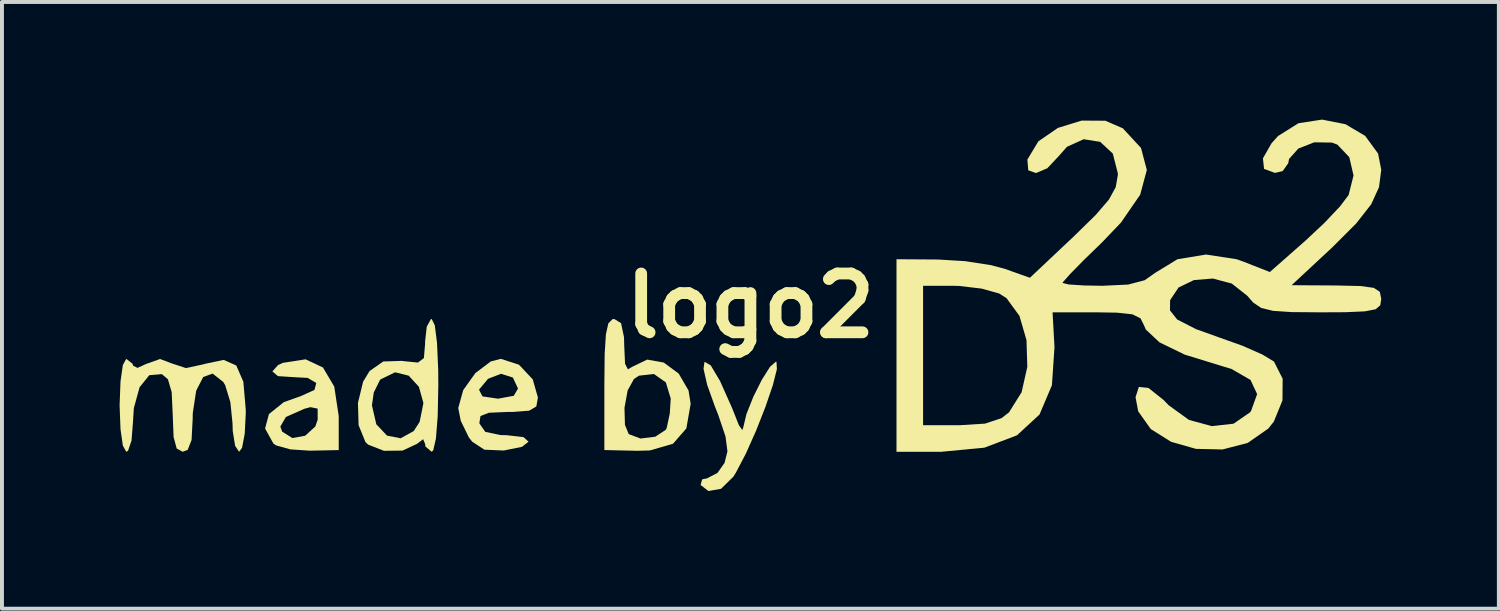
<source format=kicad_pcb>
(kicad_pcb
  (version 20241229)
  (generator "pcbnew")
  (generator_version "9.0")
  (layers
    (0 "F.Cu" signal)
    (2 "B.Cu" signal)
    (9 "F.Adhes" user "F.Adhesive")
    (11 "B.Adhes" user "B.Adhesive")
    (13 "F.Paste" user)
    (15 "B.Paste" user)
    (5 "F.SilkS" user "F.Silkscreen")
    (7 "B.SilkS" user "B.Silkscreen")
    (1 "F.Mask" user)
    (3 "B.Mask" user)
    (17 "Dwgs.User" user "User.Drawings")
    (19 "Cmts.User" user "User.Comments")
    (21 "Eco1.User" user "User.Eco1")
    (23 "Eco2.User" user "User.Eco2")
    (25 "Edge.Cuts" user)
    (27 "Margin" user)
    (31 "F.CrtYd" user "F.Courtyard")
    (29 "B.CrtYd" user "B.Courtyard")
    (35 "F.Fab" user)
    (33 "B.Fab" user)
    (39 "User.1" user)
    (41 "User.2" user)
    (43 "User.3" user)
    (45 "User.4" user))
  (footprint "logo2"
    (layer "F.Cu")
    (at 16.087 4.746)
    (property "Reference" "logo2" (at 0 0 0) (layer "F.SilkS") (effects (font (size 1.5 1.5) (thickness 0.3))))
    (attr board_only exclude_from_pos_files exclude_from_bom)
    (fp_poly (pts (xy 0.665 1.432) (xy 0.675 1.619) (xy 0.571 2.029) (xy 0.383 2.58) (xy 0.143 3.19) (xy -0.118 3.775) (xy -0.369 4.254) (xy -0.434 4.359) (xy -0.749 4.669) (xy -1.071 4.726) (xy -1.27 4.572) (xy -1.231 4.428) (xy -1.107 4.403) (xy -0.84 4.264) (xy -0.66 4.009) (xy -0.586 3.714) (xy -0.635 3.336) (xy -0.822 2.781) (xy -0.905 2.572) (xy -1.103 2.018) (xy -1.196 1.608) (xy -1.171 1.431) (xy -1.013 1.52) (xy -0.774 1.922) (xy -0.463 2.62) (xy -0.294 3.048) (xy -0.206 3.171) (xy -0.183 3.104) (xy -0.102 2.765) (xy 0.072 2.327) (xy 0.289 1.892) (xy 0.499 1.559) (xy 0.649 1.427)) (stroke (width 0) (type solid)) (fill yes) (layer "F.SilkS"))
    (fp_poly (pts (xy -10.901 1.576) (xy -10.613 2.062) (xy -10.5 2.808) (xy -10.499 2.895) (xy -10.499 3.682) (xy -11.234 3.697) (xy -11.732 3.664) (xy -12.097 3.562) (xy -12.165 3.515) (xy -12.377 3.132) (xy -12.364 3.083) (xy -11.988 3.083) (xy -11.941 3.212) (xy -11.682 3.375) (xy -11.355 3.316) (xy -11.096 3.081) (xy -11.035 2.905) (xy -11.037 2.624) (xy -11.221 2.587) (xy -11.374 2.628) (xy -11.847 2.838) (xy -11.988 3.083) (xy -12.364 3.083) (xy -12.279 2.764) (xy -11.899 2.459) (xy -11.46 2.303) (xy -11.118 2.148) (xy -11.071 1.971) (xy -11.291 1.841) (xy -11.66 1.821) (xy -12.049 1.796) (xy -12.191 1.676) (xy -12.047 1.514) (xy -11.924 1.457) (xy -11.345 1.367)) (stroke (width 0) (type solid)) (fill yes) (layer "F.SilkS"))
    (fp_poly (pts (xy -5.902 1.505) (xy -5.551 1.879) (xy -5.419 2.342) (xy -5.46 2.569) (xy -5.642 2.677) (xy -6.053 2.709) (xy -6.193 2.709) (xy -6.67 2.73) (xy -6.884 2.813) (xy -6.912 2.989) (xy -6.909 3.006) (xy -6.761 3.217) (xy -6.382 3.298) (xy -6.219 3.302) (xy -5.785 3.352) (xy -5.658 3.468) (xy -5.825 3.598) (xy -6.276 3.69) (xy -6.305 3.692) (xy -6.784 3.672) (xy -7.093 3.47) (xy -7.181 3.358) (xy -7.387 2.935) (xy -7.451 2.61) (xy -7.325 2.154) (xy -7.316 2.141) (xy -6.922 2.141) (xy -6.833 2.313) (xy -6.435 2.371) (xy -6.035 2.297) (xy -5.927 2.111) (xy -6.058 1.832) (xy -6.361 1.736) (xy -6.691 1.864) (xy -6.922 2.141) (xy -7.316 2.141) (xy -7.015 1.719) (xy -6.621 1.421) (xy -6.364 1.355)) (stroke (width 0) (type solid)) (fill yes) (layer "F.SilkS"))
    (fp_poly (pts (xy -3.299 0.445) (xy -3.224 0.802) (xy -3.217 1.05) (xy -3.197 1.482) (xy -3.124 1.623) (xy -3.014 1.558) (xy -2.633 1.374) (xy -2.21 1.45) (xy -1.829 1.731) (xy -1.578 2.163) (xy -1.524 2.502) (xy -1.634 3.13) (xy -1.974 3.52) (xy -2.564 3.691) (xy -2.886 3.7) (xy -3.725 3.681) (xy -3.725 2.605) (xy -3.212 2.605) (xy -3.2 3.038) (xy -3.104 3.274) (xy -2.803 3.387) (xy -2.427 3.341) (xy -2.158 3.164) (xy -2.135 3.119) (xy -2.057 2.752) (xy -2.032 2.368) (xy -2.157 1.955) (xy -2.462 1.741) (xy -2.841 1.784) (xy -2.971 1.869) (xy -3.131 2.161) (xy -3.212 2.605) (xy -3.725 2.605) (xy -3.725 2.01) (xy -3.717 1.226) (xy -3.685 0.725) (xy -3.623 0.45) (xy -3.52 0.345) (xy -3.471 0.339)) (stroke (width 0) (type solid)) (fill yes) (layer "F.SilkS"))
    (fp_poly (pts (xy -8.049 0.5) (xy -7.992 0.95) (xy -7.962 1.641) (xy -7.959 2.032) (xy -7.975 2.819) (xy -8.02 3.387) (xy -8.089 3.689) (xy -8.128 3.725) (xy -8.287 3.592) (xy -8.297 3.522) (xy -8.347 3.404) (xy -8.501 3.522) (xy -8.872 3.695) (xy -9.347 3.7) (xy -9.747 3.544) (xy -9.818 3.476) (xy -9.992 3.047) (xy -10.007 2.54) (xy -9.652 2.54) (xy -9.541 3.023) (xy -9.268 3.313) (xy -8.92 3.381) (xy -8.586 3.196) (xy -8.436 2.963) (xy -8.339 2.484) (xy -8.454 2.068) (xy -8.715 1.784) (xy -9.061 1.698) (xy -9.428 1.876) (xy -9.449 1.897) (xy -9.605 2.213) (xy -9.652 2.54) (xy -10.007 2.54) (xy -10.009 2.481) (xy -9.878 1.939) (xy -9.713 1.667) (xy -9.363 1.422) (xy -8.892 1.407) (xy -8.85 1.413) (xy -8.478 1.45) (xy -8.327 1.335) (xy -8.297 0.979) (xy -8.297 0.921) (xy -8.254 0.533) (xy -8.148 0.343) (xy -8.128 0.339)) (stroke (width 0) (type solid)) (fill yes) (layer "F.SilkS"))
    (fp_poly (pts (xy -15.753 1.484) (xy -15.748 1.525) (xy -15.632 1.586) (xy -15.409 1.485) (xy -15.055 1.359) (xy -14.748 1.475) (xy -14.394 1.591) (xy -13.942 1.493) (xy -13.915 1.483) (xy -13.432 1.382) (xy -13.111 1.525) (xy -12.931 1.939) (xy -12.87 2.651) (xy -12.869 2.73) (xy -12.896 3.263) (xy -12.964 3.623) (xy -13.039 3.725) (xy -13.141 3.574) (xy -13.202 3.194) (xy -13.208 2.996) (xy -13.262 2.46) (xy -13.395 2.026) (xy -13.444 1.944) (xy -13.714 1.731) (xy -13.955 1.818) (xy -14.134 2.167) (xy -14.221 2.739) (xy -14.224 2.899) (xy -14.252 3.425) (xy -14.351 3.677) (xy -14.478 3.725) (xy -14.631 3.642) (xy -14.71 3.35) (xy -14.732 2.789) (xy -14.759 2.202) (xy -14.855 1.875) (xy -15.01 1.745) (xy -15.33 1.772) (xy -15.578 2.08) (xy -15.724 2.613) (xy -15.748 2.996) (xy -15.783 3.439) (xy -15.871 3.698) (xy -15.917 3.725) (xy -16.004 3.569) (xy -16.064 3.149) (xy -16.087 2.541) (xy -16.087 2.54) (xy -16.064 1.932) (xy -16.004 1.512) (xy -15.917 1.355) (xy -15.917 1.355)) (stroke (width 0) (type solid)) (fill yes) (layer "F.SilkS"))
    (fp_poly (pts (xy 15.173 -4.629) (xy 15.677 -4.331) (xy 16.006 -3.88) (xy 16.087 -3.468) (xy 16.03 -3.022) (xy 15.831 -2.587) (xy 15.448 -2.097) (xy 14.836 -1.485) (xy 14.749 -1.405) (xy 13.801 -0.523) (xy 14.944 -0.516) (xy 15.553 -0.502) (xy 15.898 -0.455) (xy 16.051 -0.353) (xy 16.087 -0.174) (xy 16.087 -0.169) (xy 16.061 -0.009) (xy 15.943 0.091) (xy 15.668 0.144) (xy 15.171 0.166) (xy 14.545 0.169) (xy 13.806 0.163) (xy 13.327 0.131) (xy 13.026 0.057) (xy 12.823 -0.079) (xy 12.67 -0.254) (xy 12.275 -0.565) (xy 11.792 -0.693) (xy 11.311 -0.654) (xy 10.918 -0.464) (xy 10.703 -0.142) (xy 10.699 0.119) (xy 10.882 0.351) (xy 11.362 0.597) (xy 11.93 0.801) (xy 12.547 1.021) (xy 13.054 1.244) (xy 13.347 1.421) (xy 13.353 1.427) (xy 13.573 1.863) (xy 13.568 2.414) (xy 13.349 2.953) (xy 13.209 3.131) (xy 12.682 3.499) (xy 12.041 3.666) (xy 11.363 3.651) (xy 10.728 3.471) (xy 10.21 3.146) (xy 9.889 2.694) (xy 9.821 2.333) (xy 9.906 2.071) (xy 10.15 2.097) (xy 10.539 2.407) (xy 10.668 2.54) (xy 11.182 2.912) (xy 11.767 3.071) (xy 12.32 3.009) (xy 12.74 2.72) (xy 12.767 2.683) (xy 12.922 2.254) (xy 12.753 1.893) (xy 12.269 1.614) (xy 11.977 1.525) (xy 11.077 1.248) (xy 10.434 0.936) (xy 10.083 0.608) (xy 10.038 0.502) (xy 9.948 0.322) (xy 9.742 0.22) (xy 9.342 0.177) (xy 8.828 0.169) (xy 7.705 0.169) (xy 7.754 1.058) (xy 7.689 2.028) (xy 7.372 2.775) (xy 6.798 3.305) (xy 5.965 3.621) (xy 4.868 3.725) (xy 3.725 3.725) (xy 3.725 1.27) (xy 3.725 -0.508) (xy 4.403 -0.508) (xy 4.403 1.27) (xy 4.403 3.048) (xy 5.334 3.048) (xy 5.983 3.007) (xy 6.403 2.868) (xy 6.595 2.719) (xy 6.916 2.206) (xy 7.061 1.559) (xy 7.04 0.877) (xy 6.861 0.26) (xy 6.531 -0.192) (xy 6.344 -0.311) (xy 5.898 -0.436) (xy 5.32 -0.504) (xy 5.157 -0.508) (xy 4.403 -0.508) (xy 3.725 -0.508) (xy 3.725 -1.185) (xy 4.784 -1.178) (xy 5.475 -1.136) (xy 6.136 -1.034) (xy 6.485 -0.941) (xy 7.127 -0.712) (xy 8.248 -1.769) (xy 8.803 -2.312) (xy 9.143 -2.707) (xy 9.316 -3.024) (xy 9.369 -3.33) (xy 9.37 -3.375) (xy 9.241 -3.88) (xy 8.919 -4.179) (xy 8.498 -4.245) (xy 8.072 -4.052) (xy 7.858 -3.81) (xy 7.571 -3.505) (xy 7.284 -3.383) (xy 7.085 -3.453) (xy 7.063 -3.724) (xy 7.064 -3.729) (xy 7.343 -4.192) (xy 7.841 -4.534) (xy 8.447 -4.721) (xy 9.051 -4.717) (xy 9.497 -4.524) (xy 9.961 -4.022) (xy 10.109 -3.461) (xy 9.939 -2.83) (xy 9.448 -2.118) (xy 8.965 -1.613) (xy 8.501 -1.163) (xy 8.151 -0.806) (xy 7.971 -0.603) (xy 7.959 -0.581) (xy 8.113 -0.542) (xy 8.513 -0.516) (xy 8.975 -0.508) (xy 9.632 -0.539) (xy 10.055 -0.65) (xy 10.32 -0.837) (xy 10.89 -1.185) (xy 11.619 -1.305) (xy 12.4 -1.185) (xy 12.561 -1.128) (xy 13.246 -0.859) (xy 14.152 -1.657) (xy 14.637 -2.111) (xy 15.034 -2.531) (xy 15.255 -2.823) (xy 15.38 -3.321) (xy 15.272 -3.788) (xy 14.968 -4.108) (xy 14.83 -4.16) (xy 14.379 -4.167) (xy 13.973 -4.008) (xy 13.736 -3.742) (xy 13.716 -3.635) (xy 13.575 -3.434) (xy 13.377 -3.387) (xy 13.098 -3.489) (xy 13.07 -3.759) (xy 13.289 -4.142) (xy 13.454 -4.326) (xy 13.977 -4.654) (xy 14.578 -4.746)) (stroke (width 0) (type solid)) (fill yes) (layer "F.SilkS")))
  (gr_rect
    (start -3 -3)
    (end 35.173 12.472)
    (stroke (width 0.1) (type default))
    (fill no)
    (layer "Edge.Cuts")))
</source>
